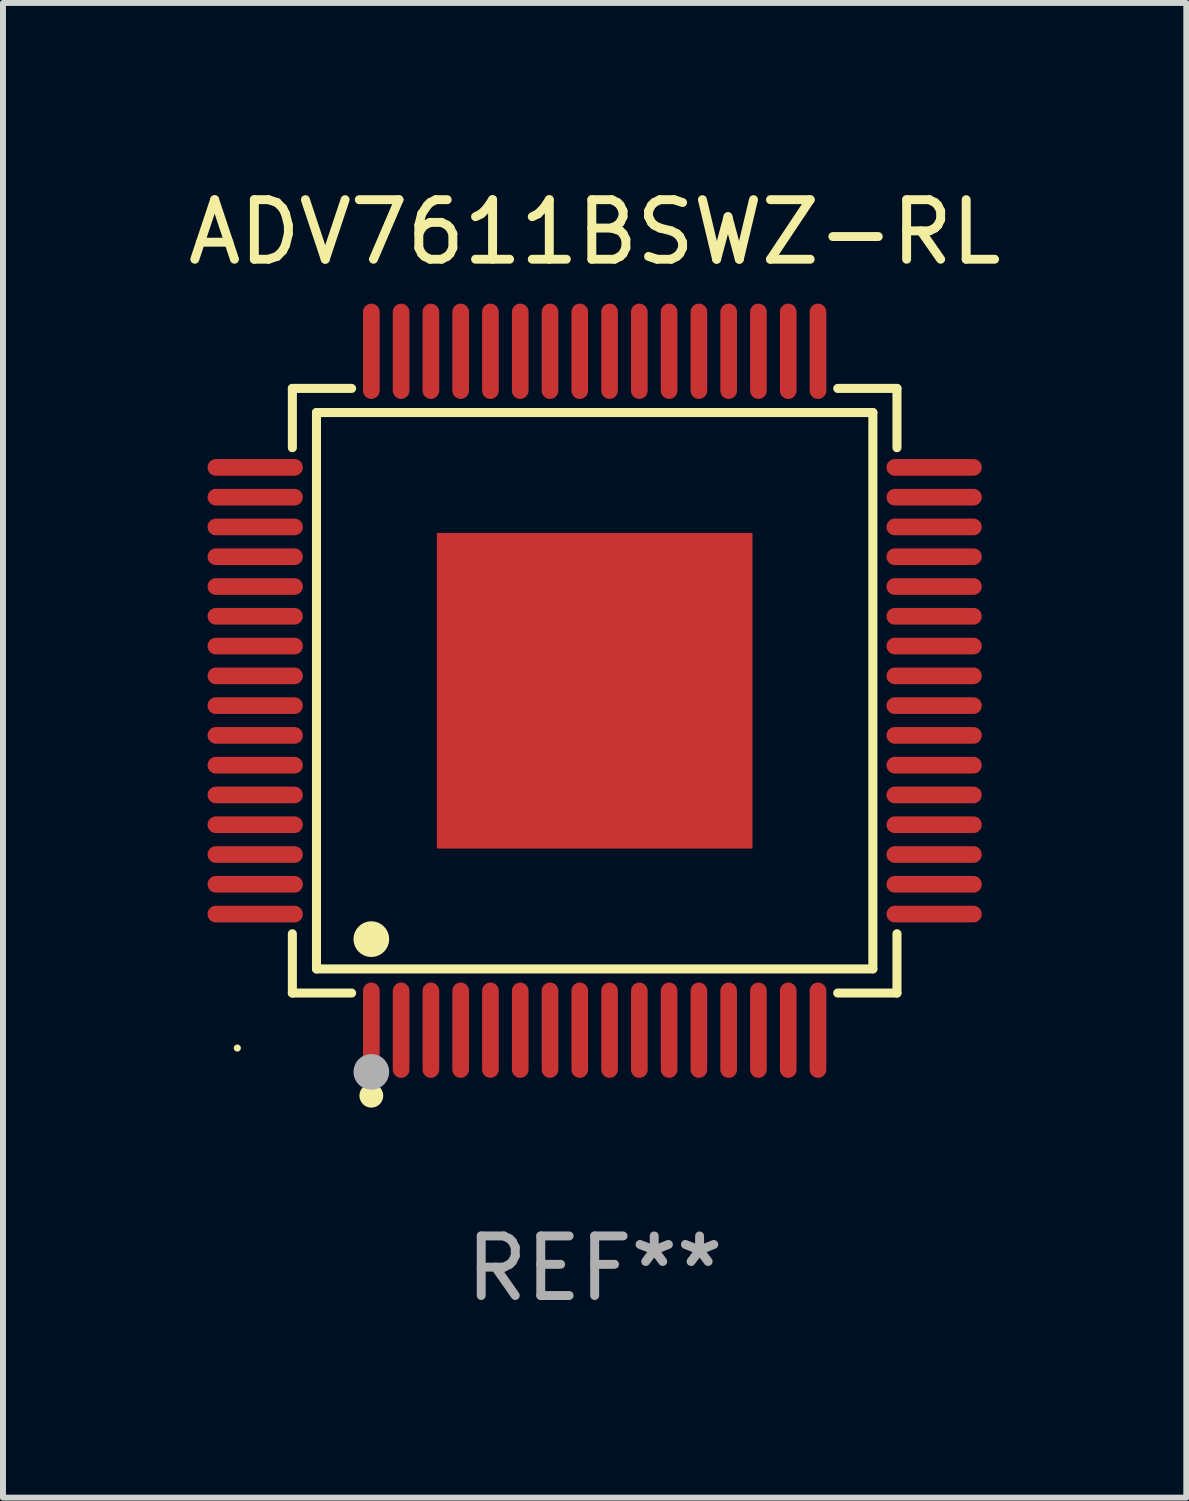
<source format=kicad_pcb>
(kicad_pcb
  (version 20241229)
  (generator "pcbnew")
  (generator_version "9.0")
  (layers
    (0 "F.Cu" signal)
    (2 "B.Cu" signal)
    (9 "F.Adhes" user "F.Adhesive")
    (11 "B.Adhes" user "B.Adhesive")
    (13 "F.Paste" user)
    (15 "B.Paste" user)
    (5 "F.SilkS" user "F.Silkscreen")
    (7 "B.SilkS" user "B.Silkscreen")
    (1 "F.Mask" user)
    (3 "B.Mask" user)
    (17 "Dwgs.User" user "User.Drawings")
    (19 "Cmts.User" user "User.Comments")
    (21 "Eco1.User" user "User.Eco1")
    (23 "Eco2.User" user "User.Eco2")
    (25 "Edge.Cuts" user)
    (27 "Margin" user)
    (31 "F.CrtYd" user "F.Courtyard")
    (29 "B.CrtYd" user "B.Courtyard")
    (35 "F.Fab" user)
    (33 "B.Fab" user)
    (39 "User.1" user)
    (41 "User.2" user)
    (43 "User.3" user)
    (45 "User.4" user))
  (footprint "ADV7611BSWZ-RL"
    (layer "F.Cu")
    (at 6.935 8.548)
    (property "Reference" "ADV7611BSWZ-RL" (at 0 -7.7 0) (layer "F.SilkS") (effects (font (size 1 1) (thickness 0.15))))
    (attr through_hole)
    (fp_line (start -5.076 -5.076) (end -4.081 -5.076) (stroke (width 0.152) (type solid)) (layer "F.SilkS"))
    (fp_line (start -5.076 -4.081) (end -5.076 -5.076) (stroke (width 0.152) (type solid)) (layer "F.SilkS"))
    (fp_line (start -5.076 4.081) (end -5.076 5.076) (stroke (width 0.152) (type solid)) (layer "F.SilkS"))
    (fp_line (start -5.076 5.076) (end -4.081 5.076) (stroke (width 0.152) (type solid)) (layer "F.SilkS"))
    (fp_line (start -4.671 -4.671) (end 4.671 -4.671) (stroke (width 0.152) (type solid)) (layer "F.SilkS"))
    (fp_line (start -4.671 4.671) (end -4.671 -4.671) (stroke (width 0.152) (type solid)) (layer "F.SilkS"))
    (fp_line (start 4.671 -4.671) (end 4.671 4.671) (stroke (width 0.152) (type solid)) (layer "F.SilkS"))
    (fp_line (start 4.671 4.671) (end -4.671 4.671) (stroke (width 0.152) (type solid)) (layer "F.SilkS"))
    (fp_line (start 5.076 -5.076) (end 4.081 -5.076) (stroke (width 0.152) (type solid)) (layer "F.SilkS"))
    (fp_line (start 5.076 -4.081) (end 5.076 -5.076) (stroke (width 0.152) (type solid)) (layer "F.SilkS"))
    (fp_line (start 5.076 4.081) (end 5.076 5.076) (stroke (width 0.152) (type solid)) (layer "F.SilkS"))
    (fp_line (start 5.076 5.076) (end 4.081 5.076) (stroke (width 0.152) (type solid)) (layer "F.SilkS"))
    (fp_circle (center -6 6) (end -5.97 6) (stroke (width 0.06) (type solid)) (fill no) (layer "F.SilkS"))
    (fp_circle (center -3.75 4.171) (end -3.6 4.171) (stroke (width 0.3) (type solid)) (fill no) (layer "F.SilkS"))
    (fp_circle (center -3.75 6.8) (end -3.65 6.8) (stroke (width 0.2) (type solid)) (fill no) (layer "F.SilkS"))
    (fp_circle (center -3.75 6.4) (end -3.6 6.4) (stroke (width 0.3) (type solid)) (fill no) (layer "F.Fab"))
    (fp_text user "REF**" (at 0 9.7 0) (layer "F.Fab") (effects (font (size 1 1) (thickness 0.15))))
    (pad "1" smd oval (at -3.75 5.7) (size 0.28 1.6) (layers "F.Cu" "F.Mask" "F.Paste"))
    (pad "2" smd oval (at -3.25 5.7) (size 0.28 1.6) (layers "F.Cu" "F.Mask" "F.Paste"))
    (pad "3" smd oval (at -2.75 5.7) (size 0.28 1.6) (layers "F.Cu" "F.Mask" "F.Paste"))
    (pad "4" smd oval (at -2.25 5.7) (size 0.28 1.6) (layers "F.Cu" "F.Mask" "F.Paste"))
    (pad "5" smd oval (at -1.75 5.7) (size 0.28 1.6) (layers "F.Cu" "F.Mask" "F.Paste"))
    (pad "6" smd oval (at -1.25 5.7) (size 0.28 1.6) (layers "F.Cu" "F.Mask" "F.Paste"))
    (pad "7" smd oval (at -0.75 5.7) (size 0.28 1.6) (layers "F.Cu" "F.Mask" "F.Paste"))
    (pad "8" smd oval (at -0.25 5.7) (size 0.28 1.6) (layers "F.Cu" "F.Mask" "F.Paste"))
    (pad "9" smd oval (at 0.25 5.7) (size 0.28 1.6) (layers "F.Cu" "F.Mask" "F.Paste"))
    (pad "10" smd oval (at 0.75 5.7) (size 0.28 1.6) (layers "F.Cu" "F.Mask" "F.Paste"))
    (pad "11" smd oval (at 1.25 5.7) (size 0.28 1.6) (layers "F.Cu" "F.Mask" "F.Paste"))
    (pad "12" smd oval (at 1.75 5.7) (size 0.28 1.6) (layers "F.Cu" "F.Mask" "F.Paste"))
    (pad "13" smd oval (at 2.25 5.7) (size 0.28 1.6) (layers "F.Cu" "F.Mask" "F.Paste"))
    (pad "14" smd oval (at 2.75 5.7) (size 0.28 1.6) (layers "F.Cu" "F.Mask" "F.Paste"))
    (pad "15" smd oval (at 3.25 5.7) (size 0.28 1.6) (layers "F.Cu" "F.Mask" "F.Paste"))
    (pad "16" smd oval (at 3.75 5.7) (size 0.28 1.6) (layers "F.Cu" "F.Mask" "F.Paste"))
    (pad "17" smd oval (at 5.7 3.75) (size 1.6 0.28) (layers "F.Cu" "F.Mask" "F.Paste"))
    (pad "18" smd oval (at 5.7 3.25) (size 1.6 0.28) (layers "F.Cu" "F.Mask" "F.Paste"))
    (pad "19" smd oval (at 5.7 2.75) (size 1.6 0.28) (layers "F.Cu" "F.Mask" "F.Paste"))
    (pad "20" smd oval (at 5.7 2.25) (size 1.6 0.28) (layers "F.Cu" "F.Mask" "F.Paste"))
    (pad "21" smd oval (at 5.7 1.75) (size 1.6 0.28) (layers "F.Cu" "F.Mask" "F.Paste"))
    (pad "22" smd oval (at 5.7 1.25) (size 1.6 0.28) (layers "F.Cu" "F.Mask" "F.Paste"))
    (pad "23" smd oval (at 5.7 0.75) (size 1.6 0.28) (layers "F.Cu" "F.Mask" "F.Paste"))
    (pad "24" smd oval (at 5.7 0.25) (size 1.6 0.28) (layers "F.Cu" "F.Mask" "F.Paste"))
    (pad "25" smd oval (at 5.7 -0.25) (size 1.6 0.28) (layers "F.Cu" "F.Mask" "F.Paste"))
    (pad "26" smd oval (at 5.7 -0.75) (size 1.6 0.28) (layers "F.Cu" "F.Mask" "F.Paste"))
    (pad "27" smd oval (at 5.7 -1.25) (size 1.6 0.28) (layers "F.Cu" "F.Mask" "F.Paste"))
    (pad "28" smd oval (at 5.7 -1.75) (size 1.6 0.28) (layers "F.Cu" "F.Mask" "F.Paste"))
    (pad "29" smd oval (at 5.7 -2.25) (size 1.6 0.28) (layers "F.Cu" "F.Mask" "F.Paste"))
    (pad "30" smd oval (at 5.7 -2.75) (size 1.6 0.28) (layers "F.Cu" "F.Mask" "F.Paste"))
    (pad "31" smd oval (at 5.7 -3.25) (size 1.6 0.28) (layers "F.Cu" "F.Mask" "F.Paste"))
    (pad "32" smd oval (at 5.7 -3.75) (size 1.6 0.28) (layers "F.Cu" "F.Mask" "F.Paste"))
    (pad "33" smd oval (at 3.75 -5.7) (size 0.28 1.6) (layers "F.Cu" "F.Mask" "F.Paste"))
    (pad "34" smd oval (at 3.25 -5.7) (size 0.28 1.6) (layers "F.Cu" "F.Mask" "F.Paste"))
    (pad "35" smd oval (at 2.75 -5.7) (size 0.28 1.6) (layers "F.Cu" "F.Mask" "F.Paste"))
    (pad "36" smd oval (at 2.25 -5.7) (size 0.28 1.6) (layers "F.Cu" "F.Mask" "F.Paste"))
    (pad "37" smd oval (at 1.75 -5.7) (size 0.28 1.6) (layers "F.Cu" "F.Mask" "F.Paste"))
    (pad "38" smd oval (at 1.25 -5.7) (size 0.28 1.6) (layers "F.Cu" "F.Mask" "F.Paste"))
    (pad "39" smd oval (at 0.75 -5.7) (size 0.28 1.6) (layers "F.Cu" "F.Mask" "F.Paste"))
    (pad "40" smd oval (at 0.25 -5.7) (size 0.28 1.6) (layers "F.Cu" "F.Mask" "F.Paste"))
    (pad "41" smd oval (at -0.25 -5.7) (size 0.28 1.6) (layers "F.Cu" "F.Mask" "F.Paste"))
    (pad "42" smd oval (at -0.75 -5.7) (size 0.28 1.6) (layers "F.Cu" "F.Mask" "F.Paste"))
    (pad "43" smd oval (at -1.25 -5.7) (size 0.28 1.6) (layers "F.Cu" "F.Mask" "F.Paste"))
    (pad "44" smd oval (at -1.75 -5.7) (size 0.28 1.6) (layers "F.Cu" "F.Mask" "F.Paste"))
    (pad "45" smd oval (at -2.25 -5.7) (size 0.28 1.6) (layers "F.Cu" "F.Mask" "F.Paste"))
    (pad "46" smd oval (at -2.75 -5.7) (size 0.28 1.6) (layers "F.Cu" "F.Mask" "F.Paste"))
    (pad "47" smd oval (at -3.25 -5.7) (size 0.28 1.6) (layers "F.Cu" "F.Mask" "F.Paste"))
    (pad "48" smd oval (at -3.75 -5.7) (size 0.28 1.6) (layers "F.Cu" "F.Mask" "F.Paste"))
    (pad "49" smd oval (at -5.7 -3.75) (size 1.6 0.28) (layers "F.Cu" "F.Mask" "F.Paste"))
    (pad "50" smd oval (at -5.7 -3.25) (size 1.6 0.28) (layers "F.Cu" "F.Mask" "F.Paste"))
    (pad "51" smd oval (at -5.7 -2.75) (size 1.6 0.28) (layers "F.Cu" "F.Mask" "F.Paste"))
    (pad "52" smd oval (at -5.7 -2.25) (size 1.6 0.28) (layers "F.Cu" "F.Mask" "F.Paste"))
    (pad "53" smd oval (at -5.7 -1.75) (size 1.6 0.28) (layers "F.Cu" "F.Mask" "F.Paste"))
    (pad "54" smd oval (at -5.7 -1.25) (size 1.6 0.28) (layers "F.Cu" "F.Mask" "F.Paste"))
    (pad "55" smd oval (at -5.7 -0.75) (size 1.6 0.28) (layers "F.Cu" "F.Mask" "F.Paste"))
    (pad "56" smd oval (at -5.7 -0.25) (size 1.6 0.28) (layers "F.Cu" "F.Mask" "F.Paste"))
    (pad "57" smd oval (at -5.7 0.25) (size 1.6 0.28) (layers "F.Cu" "F.Mask" "F.Paste"))
    (pad "58" smd oval (at -5.7 0.75) (size 1.6 0.28) (layers "F.Cu" "F.Mask" "F.Paste"))
    (pad "59" smd oval (at -5.7 1.25) (size 1.6 0.28) (layers "F.Cu" "F.Mask" "F.Paste"))
    (pad "60" smd oval (at -5.7 1.75) (size 1.6 0.28) (layers "F.Cu" "F.Mask" "F.Paste"))
    (pad "61" smd oval (at -5.7 2.25) (size 1.6 0.28) (layers "F.Cu" "F.Mask" "F.Paste"))
    (pad "62" smd oval (at -5.7 2.75) (size 1.6 0.28) (layers "F.Cu" "F.Mask" "F.Paste"))
    (pad "63" smd oval (at -5.7 3.25) (size 1.6 0.28) (layers "F.Cu" "F.Mask" "F.Paste"))
    (pad "64" smd oval (at -5.7 3.75) (size 1.6 0.28) (layers "F.Cu" "F.Mask" "F.Paste"))
    (pad "65" smd rect (at 0 0) (size 5.3 5.3) (layers "F.Cu" "F.Mask" "F.Paste")))
  (gr_rect
    (start -3 -3)
    (end 16.869 22.097)
    (stroke (width 0.1) (type default))
    (fill no)
    (layer "Edge.Cuts")))
</source>
